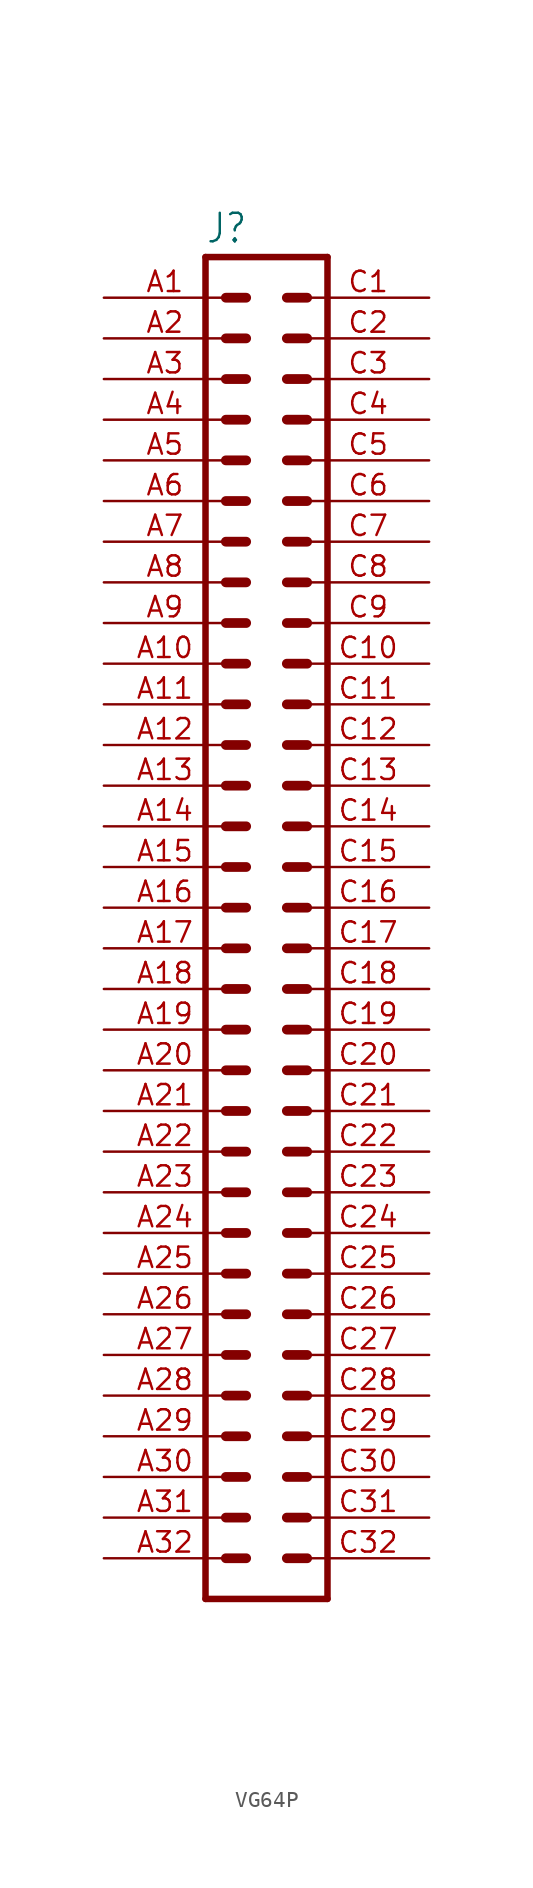
<source format=kicad_sym>
(kicad_symbol_lib
  (version 20231120)
  (generator "kicad_symbol_editor")
  (generator_version "8.0")
  (symbol "VG64P"
    (property "Reference" "J"
      (at -3.81 41.402 0)
      (effects (font (size 1.778 1.511)) (justify left bottom)))
    (property "Value" ""
      (at -3.81 -45.72 0)
      (effects (font (size 1.778 1.511)) (justify left bottom)))
    (property "ki_locked" ""
      (at 0 0 0)
      (effects (font (size 1.27 1.27))))
    (symbol "VG64P_1_0"
      (polyline (pts (xy -3.81 40.64) (xy -3.81 -43.18)) (stroke (width 0.406) (type solid)) (fill (type none)))
      (polyline (pts (xy -3.81 40.64) (xy 3.81 40.64)) (stroke (width 0.406) (type solid)) (fill (type none)))
      (polyline (pts (xy -2.54 -40.64) (xy -1.27 -40.64)) (stroke (width 0.61) (type solid)) (fill (type none)))
      (polyline (pts (xy -2.54 -38.1) (xy -1.27 -38.1)) (stroke (width 0.61) (type solid)) (fill (type none)))
      (polyline (pts (xy -2.54 -35.56) (xy -1.27 -35.56)) (stroke (width 0.61) (type solid)) (fill (type none)))
      (polyline (pts (xy -2.54 -33.02) (xy -1.27 -33.02)) (stroke (width 0.61) (type solid)) (fill (type none)))
      (polyline (pts (xy -2.54 -30.48) (xy -1.27 -30.48)) (stroke (width 0.61) (type solid)) (fill (type none)))
      (polyline (pts (xy -2.54 -27.94) (xy -1.27 -27.94)) (stroke (width 0.61) (type solid)) (fill (type none)))
      (polyline (pts (xy -2.54 -25.4) (xy -1.27 -25.4)) (stroke (width 0.61) (type solid)) (fill (type none)))
      (polyline (pts (xy -2.54 -22.86) (xy -1.27 -22.86)) (stroke (width 0.61) (type solid)) (fill (type none)))
      (polyline (pts (xy -2.54 -20.32) (xy -1.27 -20.32)) (stroke (width 0.61) (type solid)) (fill (type none)))
      (polyline (pts (xy -2.54 -17.78) (xy -1.27 -17.78)) (stroke (width 0.61) (type solid)) (fill (type none)))
      (polyline (pts (xy -2.54 -15.24) (xy -1.27 -15.24)) (stroke (width 0.61) (type solid)) (fill (type none)))
      (polyline (pts (xy -2.54 -12.7) (xy -1.27 -12.7)) (stroke (width 0.61) (type solid)) (fill (type none)))
      (polyline (pts (xy -2.54 -10.16) (xy -1.27 -10.16)) (stroke (width 0.61) (type solid)) (fill (type none)))
      (polyline (pts (xy -2.54 -7.62) (xy -1.27 -7.62)) (stroke (width 0.61) (type solid)) (fill (type none)))
      (polyline (pts (xy -2.54 -5.08) (xy -1.27 -5.08)) (stroke (width 0.61) (type solid)) (fill (type none)))
      (polyline (pts (xy -2.54 -2.54) (xy -1.27 -2.54)) (stroke (width 0.61) (type solid)) (fill (type none)))
      (polyline (pts (xy -2.54 0) (xy -1.27 0)) (stroke (width 0.61) (type solid)) (fill (type none)))
      (polyline (pts (xy -2.54 2.54) (xy -1.27 2.54)) (stroke (width 0.61) (type solid)) (fill (type none)))
      (polyline (pts (xy -2.54 5.08) (xy -1.27 5.08)) (stroke (width 0.61) (type solid)) (fill (type none)))
      (polyline (pts (xy -2.54 7.62) (xy -1.27 7.62)) (stroke (width 0.61) (type solid)) (fill (type none)))
      (polyline (pts (xy -2.54 10.16) (xy -1.27 10.16)) (stroke (width 0.61) (type solid)) (fill (type none)))
      (polyline (pts (xy -2.54 12.7) (xy -1.27 12.7)) (stroke (width 0.61) (type solid)) (fill (type none)))
      (polyline (pts (xy -2.54 15.24) (xy -1.27 15.24)) (stroke (width 0.61) (type solid)) (fill (type none)))
      (polyline (pts (xy -2.54 17.78) (xy -1.27 17.78)) (stroke (width 0.61) (type solid)) (fill (type none)))
      (polyline (pts (xy -2.54 20.32) (xy -1.27 20.32)) (stroke (width 0.61) (type solid)) (fill (type none)))
      (polyline (pts (xy -2.54 22.86) (xy -1.27 22.86)) (stroke (width 0.61) (type solid)) (fill (type none)))
      (polyline (pts (xy -2.54 25.4) (xy -1.27 25.4)) (stroke (width 0.61) (type solid)) (fill (type none)))
      (polyline (pts (xy -2.54 27.94) (xy -1.27 27.94)) (stroke (width 0.61) (type solid)) (fill (type none)))
      (polyline (pts (xy -2.54 30.48) (xy -1.27 30.48)) (stroke (width 0.61) (type solid)) (fill (type none)))
      (polyline (pts (xy -2.54 33.02) (xy -1.27 33.02)) (stroke (width 0.61) (type solid)) (fill (type none)))
      (polyline (pts (xy -2.54 35.56) (xy -1.27 35.56)) (stroke (width 0.61) (type solid)) (fill (type none)))
      (polyline (pts (xy -2.54 38.1) (xy -1.27 38.1)) (stroke (width 0.61) (type solid)) (fill (type none)))
      (polyline (pts (xy 1.27 -40.64) (xy 2.54 -40.64)) (stroke (width 0.61) (type solid)) (fill (type none)))
      (polyline (pts (xy 1.27 -38.1) (xy 2.54 -38.1)) (stroke (width 0.61) (type solid)) (fill (type none)))
      (polyline (pts (xy 1.27 -35.56) (xy 2.54 -35.56)) (stroke (width 0.61) (type solid)) (fill (type none)))
      (polyline (pts (xy 1.27 -33.02) (xy 2.54 -33.02)) (stroke (width 0.61) (type solid)) (fill (type none)))
      (polyline (pts (xy 1.27 -30.48) (xy 2.54 -30.48)) (stroke (width 0.61) (type solid)) (fill (type none)))
      (polyline (pts (xy 1.27 -27.94) (xy 2.54 -27.94)) (stroke (width 0.61) (type solid)) (fill (type none)))
      (polyline (pts (xy 1.27 -25.4) (xy 2.54 -25.4)) (stroke (width 0.61) (type solid)) (fill (type none)))
      (polyline (pts (xy 1.27 -22.86) (xy 2.54 -22.86)) (stroke (width 0.61) (type solid)) (fill (type none)))
      (polyline (pts (xy 1.27 -20.32) (xy 2.54 -20.32)) (stroke (width 0.61) (type solid)) (fill (type none)))
      (polyline (pts (xy 1.27 -17.78) (xy 2.54 -17.78)) (stroke (width 0.61) (type solid)) (fill (type none)))
      (polyline (pts (xy 1.27 -15.24) (xy 2.54 -15.24)) (stroke (width 0.61) (type solid)) (fill (type none)))
      (polyline (pts (xy 1.27 -12.7) (xy 2.54 -12.7)) (stroke (width 0.61) (type solid)) (fill (type none)))
      (polyline (pts (xy 1.27 -10.16) (xy 2.54 -10.16)) (stroke (width 0.61) (type solid)) (fill (type none)))
      (polyline (pts (xy 1.27 -7.62) (xy 2.54 -7.62)) (stroke (width 0.61) (type solid)) (fill (type none)))
      (polyline (pts (xy 1.27 -5.08) (xy 2.54 -5.08)) (stroke (width 0.61) (type solid)) (fill (type none)))
      (polyline (pts (xy 1.27 -2.54) (xy 2.54 -2.54)) (stroke (width 0.61) (type solid)) (fill (type none)))
      (polyline (pts (xy 1.27 0) (xy 2.54 0)) (stroke (width 0.61) (type solid)) (fill (type none)))
      (polyline (pts (xy 1.27 2.54) (xy 2.54 2.54)) (stroke (width 0.61) (type solid)) (fill (type none)))
      (polyline (pts (xy 1.27 5.08) (xy 2.54 5.08)) (stroke (width 0.61) (type solid)) (fill (type none)))
      (polyline (pts (xy 1.27 7.62) (xy 2.54 7.62)) (stroke (width 0.61) (type solid)) (fill (type none)))
      (polyline (pts (xy 1.27 10.16) (xy 2.54 10.16)) (stroke (width 0.61) (type solid)) (fill (type none)))
      (polyline (pts (xy 1.27 12.7) (xy 2.54 12.7)) (stroke (width 0.61) (type solid)) (fill (type none)))
      (polyline (pts (xy 1.27 15.24) (xy 2.54 15.24)) (stroke (width 0.61) (type solid)) (fill (type none)))
      (polyline (pts (xy 1.27 17.78) (xy 2.54 17.78)) (stroke (width 0.61) (type solid)) (fill (type none)))
      (polyline (pts (xy 1.27 20.32) (xy 2.54 20.32)) (stroke (width 0.61) (type solid)) (fill (type none)))
      (polyline (pts (xy 1.27 22.86) (xy 2.54 22.86)) (stroke (width 0.61) (type solid)) (fill (type none)))
      (polyline (pts (xy 1.27 25.4) (xy 2.54 25.4)) (stroke (width 0.61) (type solid)) (fill (type none)))
      (polyline (pts (xy 1.27 27.94) (xy 2.54 27.94)) (stroke (width 0.61) (type solid)) (fill (type none)))
      (polyline (pts (xy 1.27 30.48) (xy 2.54 30.48)) (stroke (width 0.61) (type solid)) (fill (type none)))
      (polyline (pts (xy 1.27 33.02) (xy 2.54 33.02)) (stroke (width 0.61) (type solid)) (fill (type none)))
      (polyline (pts (xy 1.27 35.56) (xy 2.54 35.56)) (stroke (width 0.61) (type solid)) (fill (type none)))
      (polyline (pts (xy 1.27 38.1) (xy 2.54 38.1)) (stroke (width 0.61) (type solid)) (fill (type none)))
      (polyline (pts (xy 3.81 -43.18) (xy -3.81 -43.18)) (stroke (width 0.406) (type solid)) (fill (type none)))
      (polyline (pts (xy 3.81 -43.18) (xy 3.81 40.64)) (stroke (width 0.406) (type solid)) (fill (type none)))
      (pin passive line (at -10.16 38.1 0) (length 7.62) (name "A1" (effects (font (size 0 0)))) (number "A1" (effects (font (size 1.27 1.27)))))
      (pin passive line (at -10.16 15.24 0) (length 7.62) (name "A10" (effects (font (size 0 0)))) (number "A10" (effects (font (size 1.27 1.27)))))
      (pin passive line (at -10.16 12.7 0) (length 7.62) (name "A11" (effects (font (size 0 0)))) (number "A11" (effects (font (size 1.27 1.27)))))
      (pin passive line (at -10.16 10.16 0) (length 7.62) (name "A12" (effects (font (size 0 0)))) (number "A12" (effects (font (size 1.27 1.27)))))
      (pin passive line (at -10.16 7.62 0) (length 7.62) (name "A13" (effects (font (size 0 0)))) (number "A13" (effects (font (size 1.27 1.27)))))
      (pin passive line (at -10.16 5.08 0) (length 7.62) (name "A14" (effects (font (size 0 0)))) (number "A14" (effects (font (size 1.27 1.27)))))
      (pin passive line (at -10.16 2.54 0) (length 7.62) (name "A15" (effects (font (size 0 0)))) (number "A15" (effects (font (size 1.27 1.27)))))
      (pin passive line (at -10.16 0 0) (length 7.62) (name "A16" (effects (font (size 0 0)))) (number "A16" (effects (font (size 1.27 1.27)))))
      (pin passive line (at -10.16 -2.54 0) (length 7.62) (name "A17" (effects (font (size 0 0)))) (number "A17" (effects (font (size 1.27 1.27)))))
      (pin passive line (at -10.16 -5.08 0) (length 7.62) (name "A18" (effects (font (size 0 0)))) (number "A18" (effects (font (size 1.27 1.27)))))
      (pin passive line (at -10.16 -7.62 0) (length 7.62) (name "A19" (effects (font (size 0 0)))) (number "A19" (effects (font (size 1.27 1.27)))))
      (pin passive line (at -10.16 35.56 0) (length 7.62) (name "A2" (effects (font (size 0 0)))) (number "A2" (effects (font (size 1.27 1.27)))))
      (pin passive line (at -10.16 -10.16 0) (length 7.62) (name "A20" (effects (font (size 0 0)))) (number "A20" (effects (font (size 1.27 1.27)))))
      (pin passive line (at -10.16 -12.7 0) (length 7.62) (name "A21" (effects (font (size 0 0)))) (number "A21" (effects (font (size 1.27 1.27)))))
      (pin passive line (at -10.16 -15.24 0) (length 7.62) (name "A22" (effects (font (size 0 0)))) (number "A22" (effects (font (size 1.27 1.27)))))
      (pin passive line (at -10.16 -17.78 0) (length 7.62) (name "A23" (effects (font (size 0 0)))) (number "A23" (effects (font (size 1.27 1.27)))))
      (pin passive line (at -10.16 -20.32 0) (length 7.62) (name "A24" (effects (font (size 0 0)))) (number "A24" (effects (font (size 1.27 1.27)))))
      (pin passive line (at -10.16 -22.86 0) (length 7.62) (name "A25" (effects (font (size 0 0)))) (number "A25" (effects (font (size 1.27 1.27)))))
      (pin passive line (at -10.16 -25.4 0) (length 7.62) (name "A26" (effects (font (size 0 0)))) (number "A26" (effects (font (size 1.27 1.27)))))
      (pin passive line (at -10.16 -27.94 0) (length 7.62) (name "A27" (effects (font (size 0 0)))) (number "A27" (effects (font (size 1.27 1.27)))))
      (pin passive line (at -10.16 -30.48 0) (length 7.62) (name "A28" (effects (font (size 0 0)))) (number "A28" (effects (font (size 1.27 1.27)))))
      (pin passive line (at -10.16 -33.02 0) (length 7.62) (name "A29" (effects (font (size 0 0)))) (number "A29" (effects (font (size 1.27 1.27)))))
      (pin passive line (at -10.16 33.02 0) (length 7.62) (name "A3" (effects (font (size 0 0)))) (number "A3" (effects (font (size 1.27 1.27)))))
      (pin passive line (at -10.16 -35.56 0) (length 7.62) (name "A30" (effects (font (size 0 0)))) (number "A30" (effects (font (size 1.27 1.27)))))
      (pin passive line (at -10.16 -38.1 0) (length 7.62) (name "A31" (effects (font (size 0 0)))) (number "A31" (effects (font (size 1.27 1.27)))))
      (pin passive line (at -10.16 -40.64 0) (length 7.62) (name "A32" (effects (font (size 0 0)))) (number "A32" (effects (font (size 1.27 1.27)))))
      (pin passive line (at -10.16 30.48 0) (length 7.62) (name "A4" (effects (font (size 0 0)))) (number "A4" (effects (font (size 1.27 1.27)))))
      (pin passive line (at -10.16 27.94 0) (length 7.62) (name "A5" (effects (font (size 0 0)))) (number "A5" (effects (font (size 1.27 1.27)))))
      (pin passive line (at -10.16 25.4 0) (length 7.62) (name "A6" (effects (font (size 0 0)))) (number "A6" (effects (font (size 1.27 1.27)))))
      (pin passive line (at -10.16 22.86 0) (length 7.62) (name "A7" (effects (font (size 0 0)))) (number "A7" (effects (font (size 1.27 1.27)))))
      (pin passive line (at -10.16 20.32 0) (length 7.62) (name "A8" (effects (font (size 0 0)))) (number "A8" (effects (font (size 1.27 1.27)))))
      (pin passive line (at -10.16 17.78 0) (length 7.62) (name "A9" (effects (font (size 0 0)))) (number "A9" (effects (font (size 1.27 1.27)))))
      (pin passive line (at 10.16 38.1 180) (length 7.62) (name "C1" (effects (font (size 0 0)))) (number "C1" (effects (font (size 1.27 1.27)))))
      (pin passive line (at 10.16 15.24 180) (length 7.62) (name "C10" (effects (font (size 0 0)))) (number "C10" (effects (font (size 1.27 1.27)))))
      (pin passive line (at 10.16 12.7 180) (length 7.62) (name "C11" (effects (font (size 0 0)))) (number "C11" (effects (font (size 1.27 1.27)))))
      (pin passive line (at 10.16 10.16 180) (length 7.62) (name "C12" (effects (font (size 0 0)))) (number "C12" (effects (font (size 1.27 1.27)))))
      (pin passive line (at 10.16 7.62 180) (length 7.62) (name "C13" (effects (font (size 0 0)))) (number "C13" (effects (font (size 1.27 1.27)))))
      (pin passive line (at 10.16 5.08 180) (length 7.62) (name "C14" (effects (font (size 0 0)))) (number "C14" (effects (font (size 1.27 1.27)))))
      (pin passive line (at 10.16 2.54 180) (length 7.62) (name "C15" (effects (font (size 0 0)))) (number "C15" (effects (font (size 1.27 1.27)))))
      (pin passive line (at 10.16 0 180) (length 7.62) (name "C16" (effects (font (size 0 0)))) (number "C16" (effects (font (size 1.27 1.27)))))
      (pin passive line (at 10.16 -2.54 180) (length 7.62) (name "C17" (effects (font (size 0 0)))) (number "C17" (effects (font (size 1.27 1.27)))))
      (pin passive line (at 10.16 -5.08 180) (length 7.62) (name "C18" (effects (font (size 0 0)))) (number "C18" (effects (font (size 1.27 1.27)))))
      (pin passive line (at 10.16 -7.62 180) (length 7.62) (name "C19" (effects (font (size 0 0)))) (number "C19" (effects (font (size 1.27 1.27)))))
      (pin passive line (at 10.16 35.56 180) (length 7.62) (name "C2" (effects (font (size 0 0)))) (number "C2" (effects (font (size 1.27 1.27)))))
      (pin passive line (at 10.16 -10.16 180) (length 7.62) (name "C20" (effects (font (size 0 0)))) (number "C20" (effects (font (size 1.27 1.27)))))
      (pin passive line (at 10.16 -12.7 180) (length 7.62) (name "C21" (effects (font (size 0 0)))) (number "C21" (effects (font (size 1.27 1.27)))))
      (pin passive line (at 10.16 -15.24 180) (length 7.62) (name "C22" (effects (font (size 0 0)))) (number "C22" (effects (font (size 1.27 1.27)))))
      (pin passive line (at 10.16 -17.78 180) (length 7.62) (name "C23" (effects (font (size 0 0)))) (number "C23" (effects (font (size 1.27 1.27)))))
      (pin passive line (at 10.16 -20.32 180) (length 7.62) (name "C24" (effects (font (size 0 0)))) (number "C24" (effects (font (size 1.27 1.27)))))
      (pin passive line (at 10.16 -22.86 180) (length 7.62) (name "C25" (effects (font (size 0 0)))) (number "C25" (effects (font (size 1.27 1.27)))))
      (pin passive line (at 10.16 -25.4 180) (length 7.62) (name "C26" (effects (font (size 0 0)))) (number "C26" (effects (font (size 1.27 1.27)))))
      (pin passive line (at 10.16 -27.94 180) (length 7.62) (name "C27" (effects (font (size 0 0)))) (number "C27" (effects (font (size 1.27 1.27)))))
      (pin passive line (at 10.16 -30.48 180) (length 7.62) (name "C28" (effects (font (size 0 0)))) (number "C28" (effects (font (size 1.27 1.27)))))
      (pin passive line (at 10.16 -33.02 180) (length 7.62) (name "C29" (effects (font (size 0 0)))) (number "C29" (effects (font (size 1.27 1.27)))))
      (pin passive line (at 10.16 33.02 180) (length 7.62) (name "C3" (effects (font (size 0 0)))) (number "C3" (effects (font (size 1.27 1.27)))))
      (pin passive line (at 10.16 -35.56 180) (length 7.62) (name "C30" (effects (font (size 0 0)))) (number "C30" (effects (font (size 1.27 1.27)))))
      (pin passive line (at 10.16 -38.1 180) (length 7.62) (name "C31" (effects (font (size 0 0)))) (number "C31" (effects (font (size 1.27 1.27)))))
      (pin passive line (at 10.16 -40.64 180) (length 7.62) (name "C32" (effects (font (size 0 0)))) (number "C32" (effects (font (size 1.27 1.27)))))
      (pin passive line (at 10.16 30.48 180) (length 7.62) (name "C4" (effects (font (size 0 0)))) (number "C4" (effects (font (size 1.27 1.27)))))
      (pin passive line (at 10.16 27.94 180) (length 7.62) (name "C5" (effects (font (size 0 0)))) (number "C5" (effects (font (size 1.27 1.27)))))
      (pin passive line (at 10.16 25.4 180) (length 7.62) (name "C6" (effects (font (size 0 0)))) (number "C6" (effects (font (size 1.27 1.27)))))
      (pin passive line (at 10.16 22.86 180) (length 7.62) (name "C7" (effects (font (size 0 0)))) (number "C7" (effects (font (size 1.27 1.27)))))
      (pin passive line (at 10.16 20.32 180) (length 7.62) (name "C8" (effects (font (size 0 0)))) (number "C8" (effects (font (size 1.27 1.27)))))
      (pin passive line (at 10.16 17.78 180) (length 7.62) (name "C9" (effects (font (size 0 0)))) (number "C9" (effects (font (size 1.27 1.27))))))))
</source>
